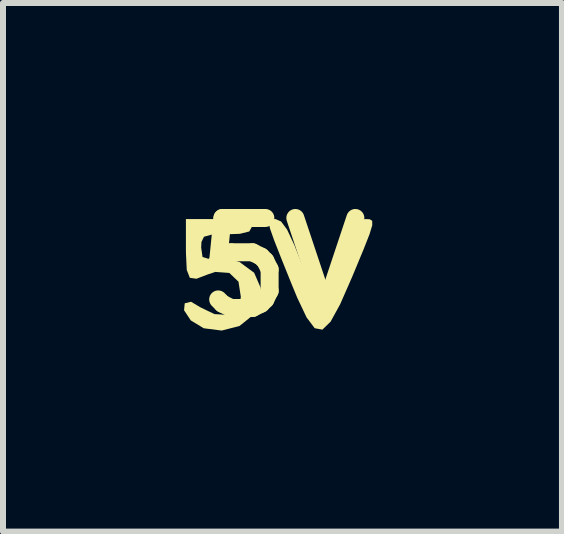
<source format=kicad_pcb>
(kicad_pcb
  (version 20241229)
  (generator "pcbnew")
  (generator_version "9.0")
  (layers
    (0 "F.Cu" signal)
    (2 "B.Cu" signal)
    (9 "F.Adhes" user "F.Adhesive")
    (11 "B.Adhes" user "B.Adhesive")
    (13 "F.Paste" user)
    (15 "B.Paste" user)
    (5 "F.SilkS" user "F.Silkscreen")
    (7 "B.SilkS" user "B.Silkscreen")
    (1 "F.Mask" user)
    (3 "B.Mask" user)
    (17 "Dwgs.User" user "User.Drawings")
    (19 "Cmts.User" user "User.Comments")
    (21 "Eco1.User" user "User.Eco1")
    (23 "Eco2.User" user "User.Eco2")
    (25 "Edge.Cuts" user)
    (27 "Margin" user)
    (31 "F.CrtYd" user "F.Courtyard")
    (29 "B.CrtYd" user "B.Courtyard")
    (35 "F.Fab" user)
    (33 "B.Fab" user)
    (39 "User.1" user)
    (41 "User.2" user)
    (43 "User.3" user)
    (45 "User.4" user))
  (footprint "5V"
    (layer "F.Cu")
    (at 1.657 1.404)
    (property "Reference" "5V" (at 0 0 0) (layer "F.SilkS") (effects (font (size 1.5 1.5) (thickness 0.3))))
    (attr board_only exclude_from_pos_files exclude_from_bom)
    (fp_poly (pts (xy -0.115 -0.804) (xy -0.023 -0.763) (xy 0.077 -0.628) (xy 0.197 -0.373) (xy 0.332 -0.03) (xy 0.621 0.743) (xy 0.925 -0.03) (xy 1.087 -0.42) (xy 1.215 -0.666) (xy 1.319 -0.785) (xy 1.376 -0.804) (xy 1.453 -0.801) (xy 1.495 -0.775) (xy 1.496 -0.701) (xy 1.451 -0.552) (xy 1.353 -0.303) (xy 1.198 0.071) (xy 1.157 0.169) (xy 0.96 0.618) (xy 0.801 0.907) (xy 0.665 1.039) (xy 0.537 1.015) (xy 0.402 0.836) (xy 0.245 0.505) (xy 0.151 0.277) (xy -0.023 -0.155) (xy -0.14 -0.453) (xy -0.207 -0.643) (xy -0.231 -0.748) (xy -0.216 -0.794) (xy -0.169 -0.804)) (stroke (width 0) (type solid)) (fill yes) (layer "F.SilkS"))
    (fp_poly (pts (xy -0.75 -0.796) (xy -0.578 -0.766) (xy -0.512 -0.706) (xy -0.508 -0.677) (xy -0.553 -0.597) (xy -0.71 -0.558) (xy -0.931 -0.55) (xy -1.182 -0.544) (xy -1.308 -0.509) (xy -1.35 -0.423) (xy -1.355 -0.329) (xy -1.332 -0.172) (xy -1.236 -0.142) (xy -1.172 -0.155) (xy -0.969 -0.156) (xy -0.727 -0.093) (xy -0.715 -0.088) (xy -0.472 0.091) (xy -0.362 0.345) (xy -0.396 0.63) (xy -0.486 0.793) (xy -0.716 0.978) (xy -1.013 1.054) (xy -1.312 1.016) (xy -1.528 0.885) (xy -1.64 0.716) (xy -1.629 0.6) (xy -1.524 0.574) (xy -1.364 0.669) (xy -1.133 0.78) (xy -0.96 0.79) (xy -0.786 0.74) (xy -0.711 0.61) (xy -0.694 0.492) (xy -0.733 0.24) (xy -0.886 0.094) (xy -1.119 0.077) (xy -1.242 0.118) (xy -1.434 0.191) (xy -1.544 0.175) (xy -1.595 0.044) (xy -1.608 -0.225) (xy -1.609 -0.296) (xy -1.609 -0.804) (xy -1.058 -0.804)) (stroke (width 0) (type solid)) (fill yes) (layer "F.SilkS")))
  (gr_rect
    (start -3 -3)
    (end 6.314 5.808)
    (stroke (width 0.1) (type default))
    (fill no)
    (layer "Edge.Cuts")))
</source>
